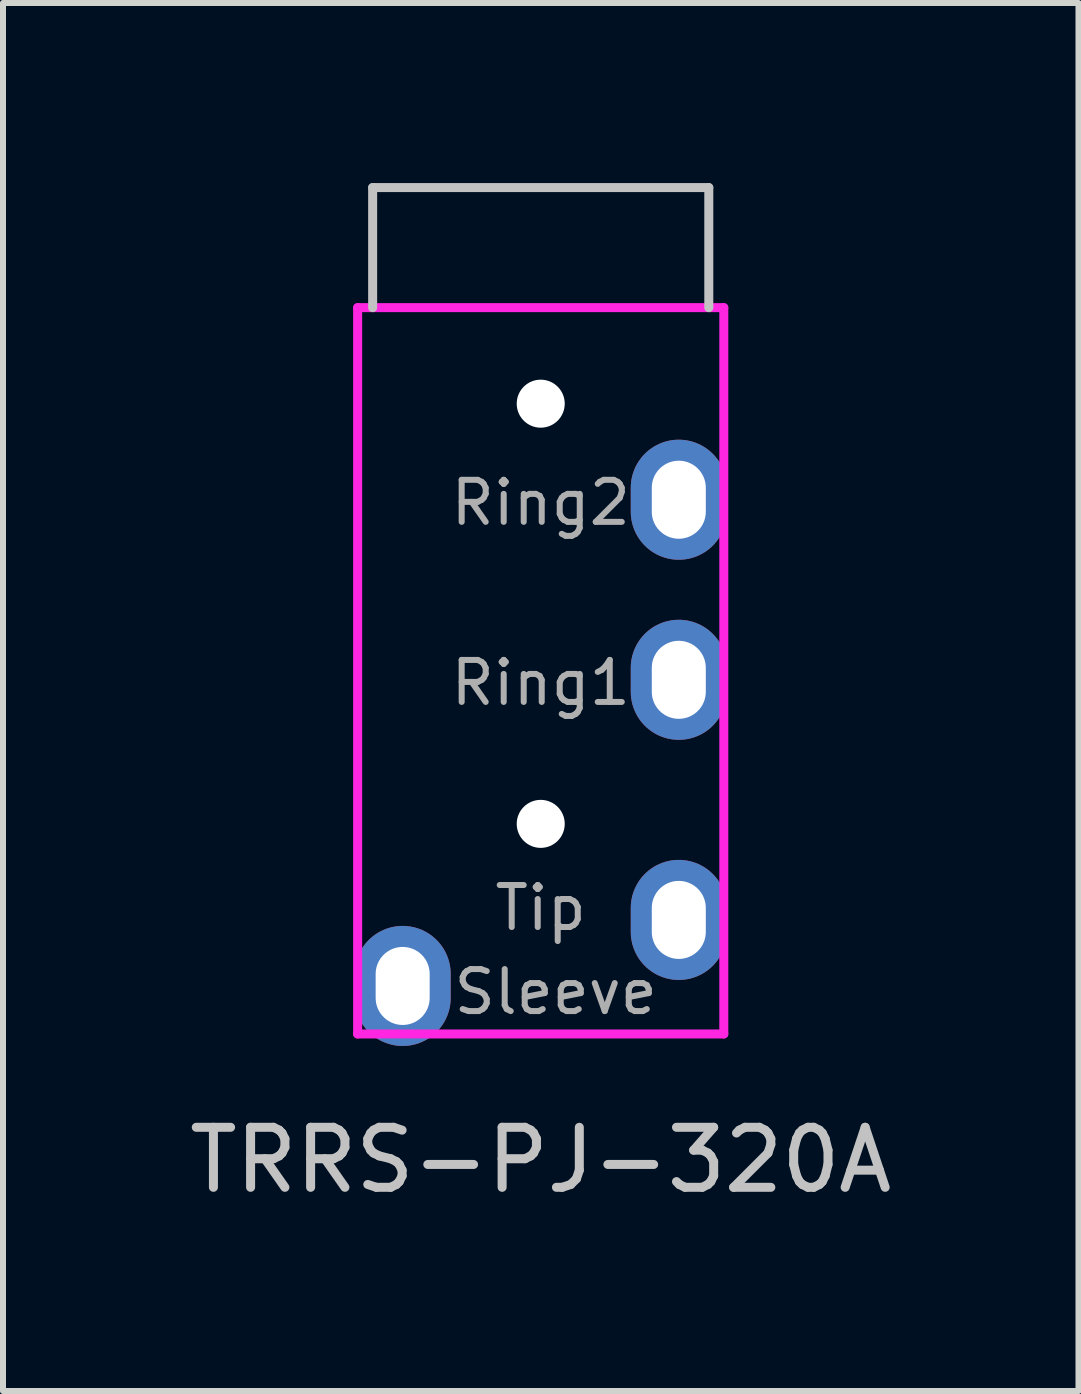
<source format=kicad_pcb>
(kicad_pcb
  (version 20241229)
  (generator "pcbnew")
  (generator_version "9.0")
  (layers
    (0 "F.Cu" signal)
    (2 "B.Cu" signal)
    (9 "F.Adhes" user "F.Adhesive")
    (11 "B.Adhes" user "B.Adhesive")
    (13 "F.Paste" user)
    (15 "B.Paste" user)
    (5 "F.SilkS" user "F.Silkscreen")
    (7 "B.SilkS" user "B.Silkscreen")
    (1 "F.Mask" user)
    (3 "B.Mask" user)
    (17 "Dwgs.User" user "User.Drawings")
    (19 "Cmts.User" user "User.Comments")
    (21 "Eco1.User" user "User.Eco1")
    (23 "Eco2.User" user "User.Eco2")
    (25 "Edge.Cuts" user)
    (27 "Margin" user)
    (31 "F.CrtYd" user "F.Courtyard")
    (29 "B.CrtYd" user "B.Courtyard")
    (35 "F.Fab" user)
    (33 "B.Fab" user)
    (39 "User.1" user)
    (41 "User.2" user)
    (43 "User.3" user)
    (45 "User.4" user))
  (footprint "TRRS-PJ-320A"
    (layer "F.Cu")
    (at 5.958 2.075)
    (property "Reference" "TRRS-PJ-320A" (at 0 14.2 0) (layer "Dwgs.User") (effects (font (size 1 1) (thickness 0.15))))
    (attr through_hole)
    (fp_line (start -2.8 0) (end -2.8 -2) (stroke (width 0.15) (type solid)) (layer "Dwgs.User"))
    (fp_line (start 2.8 -2) (end -2.8 -2) (stroke (width 0.15) (type solid)) (layer "Dwgs.User"))
    (fp_line (start 2.8 0) (end 2.8 -2) (stroke (width 0.15) (type solid)) (layer "Dwgs.User"))
    (fp_line (start -3.05 0) (end -3.05 12.1) (stroke (width 0.15) (type solid)) (layer "F.CrtYd"))
    (fp_line (start 3.05 0) (end -3.05 0) (stroke (width 0.15) (type solid)) (layer "F.CrtYd"))
    (fp_line (start 3.05 0) (end 3.05 12.1) (stroke (width 0.15) (type solid)) (layer "F.CrtYd"))
    (fp_line (start 3.05 12.1) (end -3.05 12.1) (stroke (width 0.15) (type solid)) (layer "F.CrtYd"))
    (fp_text user "Ring1" (at 0 6.25 0) (layer "F.Fab") (effects (font (size 0.7 0.7) (thickness 0.1))))
    (fp_text user "Tip" (at 0 10 0) (layer "F.Fab") (effects (font (size 0.7 0.7) (thickness 0.1))))
    (fp_text user "Ring2" (at 0 3.25 0) (layer "F.Fab") (effects (font (size 0.7 0.7) (thickness 0.1))))
    (fp_text user "Sleeve" (at 0.25 11.4 0) (layer "F.Fab") (effects (font (size 0.7 0.7) (thickness 0.1))))
    (pad "" np_thru_hole circle (at 0 1.6) (size 0.8 0.8) (drill 0.8) (layers "*.Cu" "*.Mask"))
    (pad "" np_thru_hole circle (at 0 8.6) (size 0.8 0.8) (drill 0.8) (layers "*.Cu" "*.Mask"))
    (pad "1" thru_hole oval (at -2.3 11.3) (size 1.6 2) (drill oval 0.9 1.3) (layers "*.Cu" "*.Mask"))
    (pad "2" thru_hole oval (at 2.3 10.2) (size 1.6 2) (drill oval 0.9 1.3) (layers "*.Cu" "*.Mask"))
    (pad "3" thru_hole oval (at 2.3 6.2) (size 1.6 2) (drill oval 0.9 1.3) (layers "*.Cu" "*.Mask"))
    (pad "4" thru_hole oval (at 2.3 3.2) (size 1.6 2) (drill oval 0.9 1.3) (layers "*.Cu" "*.Mask")))
  (gr_rect
    (start -3 -3)
    (end 14.917 20.123)
    (stroke (width 0.1) (type default))
    (fill no)
    (layer "Edge.Cuts")))
</source>
